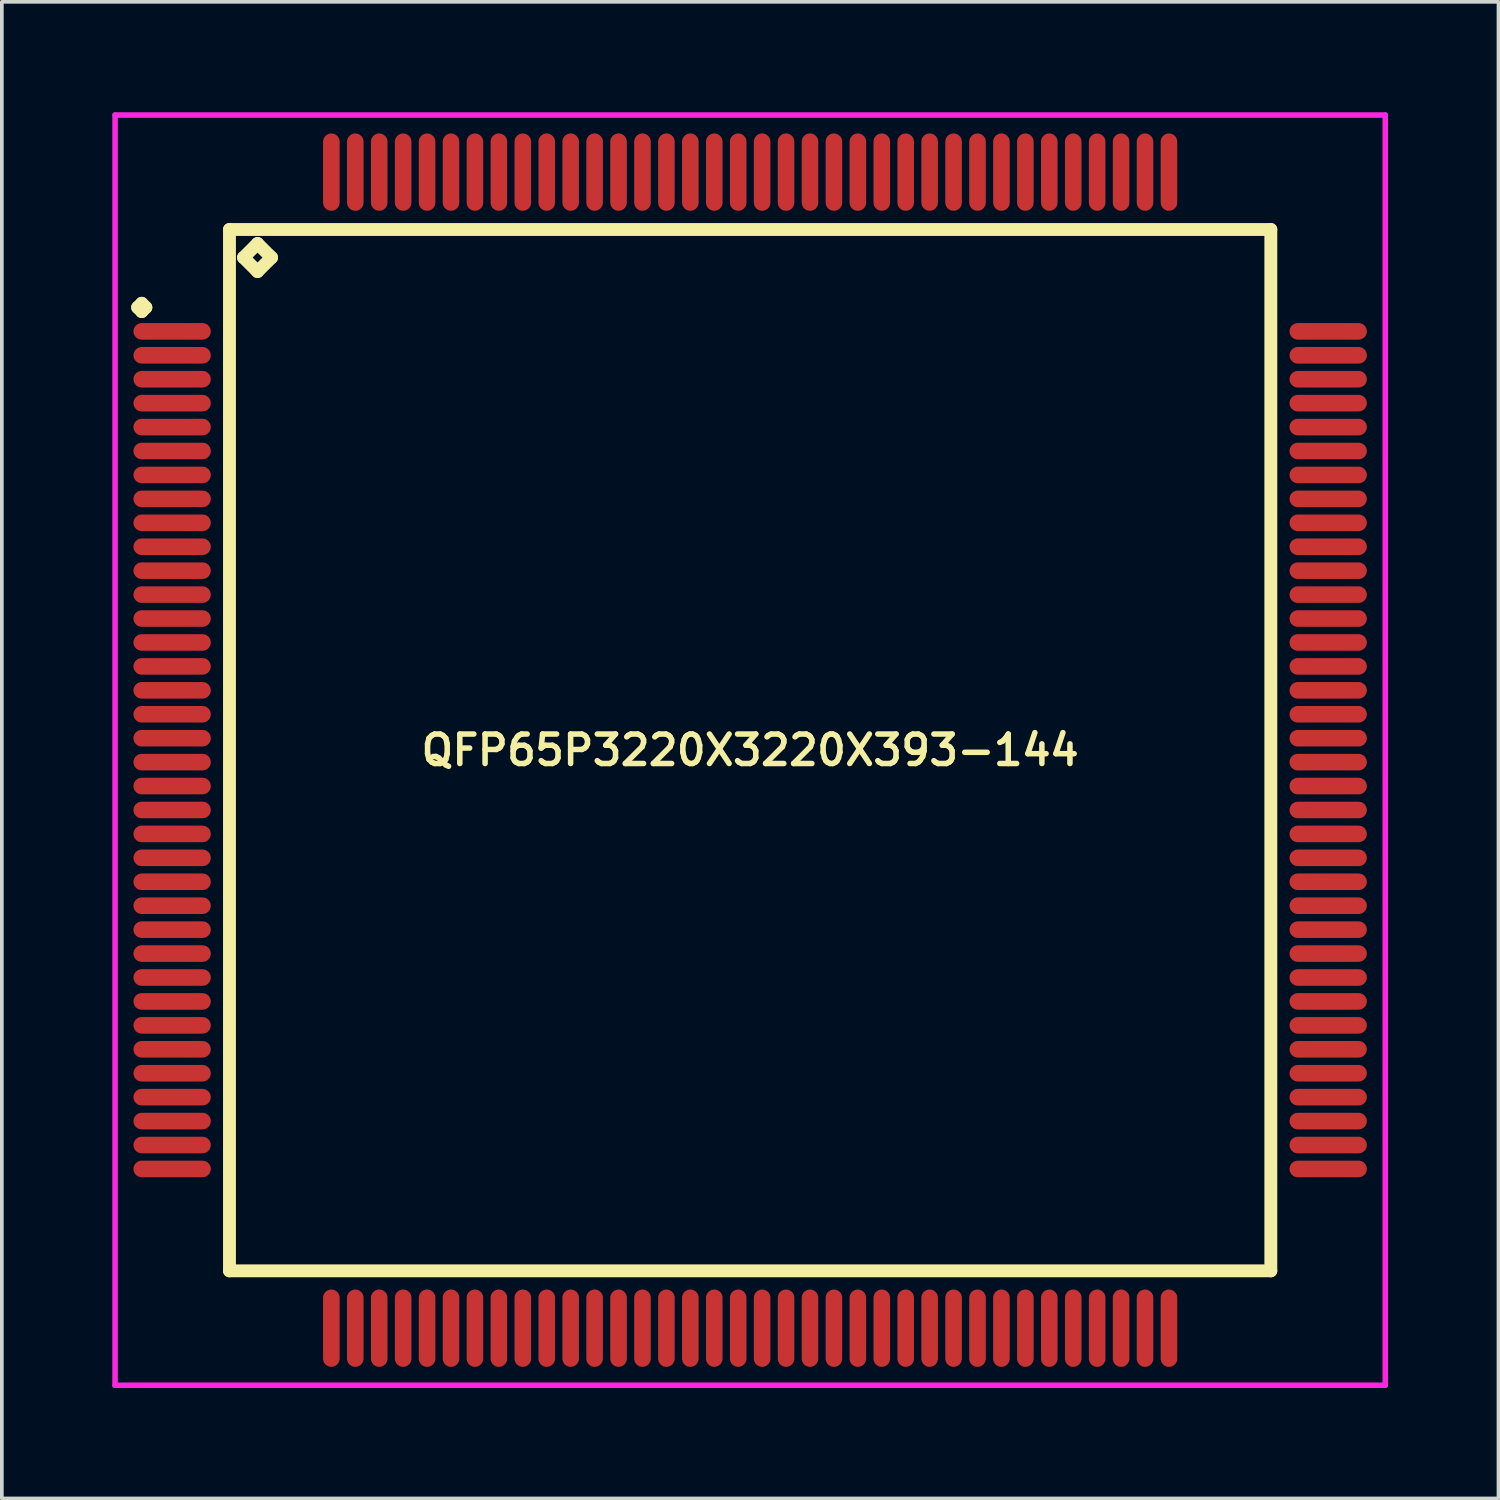
<source format=kicad_pcb>
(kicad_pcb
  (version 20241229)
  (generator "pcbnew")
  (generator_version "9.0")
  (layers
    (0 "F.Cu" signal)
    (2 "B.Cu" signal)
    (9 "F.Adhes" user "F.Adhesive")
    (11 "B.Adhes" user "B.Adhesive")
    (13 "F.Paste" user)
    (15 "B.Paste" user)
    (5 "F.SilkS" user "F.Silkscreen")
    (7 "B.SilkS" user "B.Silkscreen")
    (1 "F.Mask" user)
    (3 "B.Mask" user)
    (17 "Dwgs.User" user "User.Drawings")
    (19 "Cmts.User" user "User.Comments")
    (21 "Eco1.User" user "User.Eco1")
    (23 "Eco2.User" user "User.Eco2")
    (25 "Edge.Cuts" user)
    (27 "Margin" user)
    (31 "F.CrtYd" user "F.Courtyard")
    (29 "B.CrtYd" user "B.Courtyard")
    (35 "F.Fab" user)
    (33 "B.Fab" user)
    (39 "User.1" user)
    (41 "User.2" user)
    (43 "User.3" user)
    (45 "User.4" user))
  (footprint "QFP65P3220X3220X393-144"
    (layer "F.Cu")
    (at 17.325 17.325)
    (property "Reference" "QFP65P3220X3220X393-144" (at 0 0 0) (layer "F.SilkS") (effects (font (size 0.8 0.8) (thickness 0.15))))
    (attr smd)
    (fp_line (start -16.637 -12.025) (end -16.525 -12.137) (stroke (width 0.35) (type solid)) (layer "F.SilkS"))
    (fp_line (start -16.525 -12.137) (end -16.413 -12.025) (stroke (width 0.35) (type solid)) (layer "F.SilkS"))
    (fp_line (start -16.525 -11.912) (end -16.637 -12.025) (stroke (width 0.35) (type solid)) (layer "F.SilkS"))
    (fp_line (start -16.413 -12.025) (end -16.525 -11.912) (stroke (width 0.35) (type solid)) (layer "F.SilkS"))
    (fp_line (start -14.142 -14.142) (end -14.142 14.142) (stroke (width 0.35) (type solid)) (layer "F.SilkS"))
    (fp_line (start -14.142 14.142) (end 14.142 14.142) (stroke (width 0.35) (type solid)) (layer "F.SilkS"))
    (fp_line (start -13.761 -13.38) (end -13.38 -13.761) (stroke (width 0.35) (type solid)) (layer "F.SilkS"))
    (fp_line (start -13.38 -13.761) (end -12.999 -13.38) (stroke (width 0.35) (type solid)) (layer "F.SilkS"))
    (fp_line (start -13.38 -12.999) (end -13.761 -13.38) (stroke (width 0.35) (type solid)) (layer "F.SilkS"))
    (fp_line (start -12.999 -13.38) (end -13.38 -12.999) (stroke (width 0.35) (type solid)) (layer "F.SilkS"))
    (fp_line (start 14.142 -14.142) (end -14.142 -14.142) (stroke (width 0.35) (type solid)) (layer "F.SilkS"))
    (fp_line (start 14.142 14.142) (end 14.142 -14.142) (stroke (width 0.35) (type solid)) (layer "F.SilkS"))
    (fp_line (start -17.25 -17.25) (end 17.25 -17.25) (stroke (width 0.15) (type solid)) (layer "F.CrtYd"))
    (fp_line (start -17.25 17.25) (end -17.25 -17.25) (stroke (width 0.15) (type solid)) (layer "F.CrtYd"))
    (fp_line (start 17.25 -17.25) (end 17.25 17.25) (stroke (width 0.15) (type solid)) (layer "F.CrtYd"))
    (fp_line (start 17.25 17.25) (end -17.25 17.25) (stroke (width 0.15) (type solid)) (layer "F.CrtYd"))
    (pad "1" smd oval (at -15.7 -11.375) (size 2.1 0.45) (layers "F.Cu" "F.Mask" "F.Paste"))
    (pad "2" smd oval (at -15.7 -10.725) (size 2.1 0.45) (layers "F.Cu" "F.Mask" "F.Paste"))
    (pad "3" smd oval (at -15.7 -10.075) (size 2.1 0.45) (layers "F.Cu" "F.Mask" "F.Paste"))
    (pad "4" smd oval (at -15.7 -9.425) (size 2.1 0.45) (layers "F.Cu" "F.Mask" "F.Paste"))
    (pad "5" smd oval (at -15.7 -8.775) (size 2.1 0.45) (layers "F.Cu" "F.Mask" "F.Paste"))
    (pad "6" smd oval (at -15.7 -8.125) (size 2.1 0.45) (layers "F.Cu" "F.Mask" "F.Paste"))
    (pad "7" smd oval (at -15.7 -7.475) (size 2.1 0.45) (layers "F.Cu" "F.Mask" "F.Paste"))
    (pad "8" smd oval (at -15.7 -6.825) (size 2.1 0.45) (layers "F.Cu" "F.Mask" "F.Paste"))
    (pad "9" smd oval (at -15.7 -6.175) (size 2.1 0.45) (layers "F.Cu" "F.Mask" "F.Paste"))
    (pad "10" smd oval (at -15.7 -5.525) (size 2.1 0.45) (layers "F.Cu" "F.Mask" "F.Paste"))
    (pad "11" smd oval (at -15.7 -4.875) (size 2.1 0.45) (layers "F.Cu" "F.Mask" "F.Paste"))
    (pad "12" smd oval (at -15.7 -4.225) (size 2.1 0.45) (layers "F.Cu" "F.Mask" "F.Paste"))
    (pad "13" smd oval (at -15.7 -3.575) (size 2.1 0.45) (layers "F.Cu" "F.Mask" "F.Paste"))
    (pad "14" smd oval (at -15.7 -2.925) (size 2.1 0.45) (layers "F.Cu" "F.Mask" "F.Paste"))
    (pad "15" smd oval (at -15.7 -2.275) (size 2.1 0.45) (layers "F.Cu" "F.Mask" "F.Paste"))
    (pad "16" smd oval (at -15.7 -1.625) (size 2.1 0.45) (layers "F.Cu" "F.Mask" "F.Paste"))
    (pad "17" smd oval (at -15.7 -0.975) (size 2.1 0.45) (layers "F.Cu" "F.Mask" "F.Paste"))
    (pad "18" smd oval (at -15.7 -0.325) (size 2.1 0.45) (layers "F.Cu" "F.Mask" "F.Paste"))
    (pad "19" smd oval (at -15.7 0.325) (size 2.1 0.45) (layers "F.Cu" "F.Mask" "F.Paste"))
    (pad "20" smd oval (at -15.7 0.975) (size 2.1 0.45) (layers "F.Cu" "F.Mask" "F.Paste"))
    (pad "21" smd oval (at -15.7 1.625) (size 2.1 0.45) (layers "F.Cu" "F.Mask" "F.Paste"))
    (pad "22" smd oval (at -15.7 2.275) (size 2.1 0.45) (layers "F.Cu" "F.Mask" "F.Paste"))
    (pad "23" smd oval (at -15.7 2.925) (size 2.1 0.45) (layers "F.Cu" "F.Mask" "F.Paste"))
    (pad "24" smd oval (at -15.7 3.575) (size 2.1 0.45) (layers "F.Cu" "F.Mask" "F.Paste"))
    (pad "25" smd oval (at -15.7 4.225) (size 2.1 0.45) (layers "F.Cu" "F.Mask" "F.Paste"))
    (pad "26" smd oval (at -15.7 4.875) (size 2.1 0.45) (layers "F.Cu" "F.Mask" "F.Paste"))
    (pad "27" smd oval (at -15.7 5.525) (size 2.1 0.45) (layers "F.Cu" "F.Mask" "F.Paste"))
    (pad "28" smd oval (at -15.7 6.175) (size 2.1 0.45) (layers "F.Cu" "F.Mask" "F.Paste"))
    (pad "29" smd oval (at -15.7 6.825) (size 2.1 0.45) (layers "F.Cu" "F.Mask" "F.Paste"))
    (pad "30" smd oval (at -15.7 7.475) (size 2.1 0.45) (layers "F.Cu" "F.Mask" "F.Paste"))
    (pad "31" smd oval (at -15.7 8.125) (size 2.1 0.45) (layers "F.Cu" "F.Mask" "F.Paste"))
    (pad "32" smd oval (at -15.7 8.775) (size 2.1 0.45) (layers "F.Cu" "F.Mask" "F.Paste"))
    (pad "33" smd oval (at -15.7 9.425) (size 2.1 0.45) (layers "F.Cu" "F.Mask" "F.Paste"))
    (pad "34" smd oval (at -15.7 10.075) (size 2.1 0.45) (layers "F.Cu" "F.Mask" "F.Paste"))
    (pad "35" smd oval (at -15.7 10.725) (size 2.1 0.45) (layers "F.Cu" "F.Mask" "F.Paste"))
    (pad "36" smd oval (at -15.7 11.375) (size 2.1 0.45) (layers "F.Cu" "F.Mask" "F.Paste"))
    (pad "37" smd oval (at -11.375 15.7) (size 0.45 2.1) (layers "F.Cu" "F.Mask" "F.Paste"))
    (pad "38" smd oval (at -10.725 15.7) (size 0.45 2.1) (layers "F.Cu" "F.Mask" "F.Paste"))
    (pad "39" smd oval (at -10.075 15.7) (size 0.45 2.1) (layers "F.Cu" "F.Mask" "F.Paste"))
    (pad "40" smd oval (at -9.425 15.7) (size 0.45 2.1) (layers "F.Cu" "F.Mask" "F.Paste"))
    (pad "41" smd oval (at -8.775 15.7) (size 0.45 2.1) (layers "F.Cu" "F.Mask" "F.Paste"))
    (pad "42" smd oval (at -8.125 15.7) (size 0.45 2.1) (layers "F.Cu" "F.Mask" "F.Paste"))
    (pad "43" smd oval (at -7.475 15.7) (size 0.45 2.1) (layers "F.Cu" "F.Mask" "F.Paste"))
    (pad "44" smd oval (at -6.825 15.7) (size 0.45 2.1) (layers "F.Cu" "F.Mask" "F.Paste"))
    (pad "45" smd oval (at -6.175 15.7) (size 0.45 2.1) (layers "F.Cu" "F.Mask" "F.Paste"))
    (pad "46" smd oval (at -5.525 15.7) (size 0.45 2.1) (layers "F.Cu" "F.Mask" "F.Paste"))
    (pad "47" smd oval (at -4.875 15.7) (size 0.45 2.1) (layers "F.Cu" "F.Mask" "F.Paste"))
    (pad "48" smd oval (at -4.225 15.7) (size 0.45 2.1) (layers "F.Cu" "F.Mask" "F.Paste"))
    (pad "49" smd oval (at -3.575 15.7) (size 0.45 2.1) (layers "F.Cu" "F.Mask" "F.Paste"))
    (pad "50" smd oval (at -2.925 15.7) (size 0.45 2.1) (layers "F.Cu" "F.Mask" "F.Paste"))
    (pad "51" smd oval (at -2.275 15.7) (size 0.45 2.1) (layers "F.Cu" "F.Mask" "F.Paste"))
    (pad "52" smd oval (at -1.625 15.7) (size 0.45 2.1) (layers "F.Cu" "F.Mask" "F.Paste"))
    (pad "53" smd oval (at -0.975 15.7) (size 0.45 2.1) (layers "F.Cu" "F.Mask" "F.Paste"))
    (pad "54" smd oval (at -0.325 15.7) (size 0.45 2.1) (layers "F.Cu" "F.Mask" "F.Paste"))
    (pad "55" smd oval (at 0.325 15.7) (size 0.45 2.1) (layers "F.Cu" "F.Mask" "F.Paste"))
    (pad "56" smd oval (at 0.975 15.7) (size 0.45 2.1) (layers "F.Cu" "F.Mask" "F.Paste"))
    (pad "57" smd oval (at 1.625 15.7) (size 0.45 2.1) (layers "F.Cu" "F.Mask" "F.Paste"))
    (pad "58" smd oval (at 2.275 15.7) (size 0.45 2.1) (layers "F.Cu" "F.Mask" "F.Paste"))
    (pad "59" smd oval (at 2.925 15.7) (size 0.45 2.1) (layers "F.Cu" "F.Mask" "F.Paste"))
    (pad "60" smd oval (at 3.575 15.7) (size 0.45 2.1) (layers "F.Cu" "F.Mask" "F.Paste"))
    (pad "61" smd oval (at 4.225 15.7) (size 0.45 2.1) (layers "F.Cu" "F.Mask" "F.Paste"))
    (pad "62" smd oval (at 4.875 15.7) (size 0.45 2.1) (layers "F.Cu" "F.Mask" "F.Paste"))
    (pad "63" smd oval (at 5.525 15.7) (size 0.45 2.1) (layers "F.Cu" "F.Mask" "F.Paste"))
    (pad "64" smd oval (at 6.175 15.7) (size 0.45 2.1) (layers "F.Cu" "F.Mask" "F.Paste"))
    (pad "65" smd oval (at 6.825 15.7) (size 0.45 2.1) (layers "F.Cu" "F.Mask" "F.Paste"))
    (pad "66" smd oval (at 7.475 15.7) (size 0.45 2.1) (layers "F.Cu" "F.Mask" "F.Paste"))
    (pad "67" smd oval (at 8.125 15.7) (size 0.45 2.1) (layers "F.Cu" "F.Mask" "F.Paste"))
    (pad "68" smd oval (at 8.775 15.7) (size 0.45 2.1) (layers "F.Cu" "F.Mask" "F.Paste"))
    (pad "69" smd oval (at 9.425 15.7) (size 0.45 2.1) (layers "F.Cu" "F.Mask" "F.Paste"))
    (pad "70" smd oval (at 10.075 15.7) (size 0.45 2.1) (layers "F.Cu" "F.Mask" "F.Paste"))
    (pad "71" smd oval (at 10.725 15.7) (size 0.45 2.1) (layers "F.Cu" "F.Mask" "F.Paste"))
    (pad "72" smd oval (at 11.375 15.7) (size 0.45 2.1) (layers "F.Cu" "F.Mask" "F.Paste"))
    (pad "73" smd oval (at 15.7 11.375) (size 2.1 0.45) (layers "F.Cu" "F.Mask" "F.Paste"))
    (pad "74" smd oval (at 15.7 10.725) (size 2.1 0.45) (layers "F.Cu" "F.Mask" "F.Paste"))
    (pad "75" smd oval (at 15.7 10.075) (size 2.1 0.45) (layers "F.Cu" "F.Mask" "F.Paste"))
    (pad "76" smd oval (at 15.7 9.425) (size 2.1 0.45) (layers "F.Cu" "F.Mask" "F.Paste"))
    (pad "77" smd oval (at 15.7 8.775) (size 2.1 0.45) (layers "F.Cu" "F.Mask" "F.Paste"))
    (pad "78" smd oval (at 15.7 8.125) (size 2.1 0.45) (layers "F.Cu" "F.Mask" "F.Paste"))
    (pad "79" smd oval (at 15.7 7.475) (size 2.1 0.45) (layers "F.Cu" "F.Mask" "F.Paste"))
    (pad "80" smd oval (at 15.7 6.825) (size 2.1 0.45) (layers "F.Cu" "F.Mask" "F.Paste"))
    (pad "81" smd oval (at 15.7 6.175) (size 2.1 0.45) (layers "F.Cu" "F.Mask" "F.Paste"))
    (pad "82" smd oval (at 15.7 5.525) (size 2.1 0.45) (layers "F.Cu" "F.Mask" "F.Paste"))
    (pad "83" smd oval (at 15.7 4.875) (size 2.1 0.45) (layers "F.Cu" "F.Mask" "F.Paste"))
    (pad "84" smd oval (at 15.7 4.225) (size 2.1 0.45) (layers "F.Cu" "F.Mask" "F.Paste"))
    (pad "85" smd oval (at 15.7 3.575) (size 2.1 0.45) (layers "F.Cu" "F.Mask" "F.Paste"))
    (pad "86" smd oval (at 15.7 2.925) (size 2.1 0.45) (layers "F.Cu" "F.Mask" "F.Paste"))
    (pad "87" smd oval (at 15.7 2.275) (size 2.1 0.45) (layers "F.Cu" "F.Mask" "F.Paste"))
    (pad "88" smd oval (at 15.7 1.625) (size 2.1 0.45) (layers "F.Cu" "F.Mask" "F.Paste"))
    (pad "89" smd oval (at 15.7 0.975) (size 2.1 0.45) (layers "F.Cu" "F.Mask" "F.Paste"))
    (pad "90" smd oval (at 15.7 0.325) (size 2.1 0.45) (layers "F.Cu" "F.Mask" "F.Paste"))
    (pad "91" smd oval (at 15.7 -0.325) (size 2.1 0.45) (layers "F.Cu" "F.Mask" "F.Paste"))
    (pad "92" smd oval (at 15.7 -0.975) (size 2.1 0.45) (layers "F.Cu" "F.Mask" "F.Paste"))
    (pad "93" smd oval (at 15.7 -1.625) (size 2.1 0.45) (layers "F.Cu" "F.Mask" "F.Paste"))
    (pad "94" smd oval (at 15.7 -2.275) (size 2.1 0.45) (layers "F.Cu" "F.Mask" "F.Paste"))
    (pad "95" smd oval (at 15.7 -2.925) (size 2.1 0.45) (layers "F.Cu" "F.Mask" "F.Paste"))
    (pad "96" smd oval (at 15.7 -3.575) (size 2.1 0.45) (layers "F.Cu" "F.Mask" "F.Paste"))
    (pad "97" smd oval (at 15.7 -4.225) (size 2.1 0.45) (layers "F.Cu" "F.Mask" "F.Paste"))
    (pad "98" smd oval (at 15.7 -4.875) (size 2.1 0.45) (layers "F.Cu" "F.Mask" "F.Paste"))
    (pad "99" smd oval (at 15.7 -5.525) (size 2.1 0.45) (layers "F.Cu" "F.Mask" "F.Paste"))
    (pad "100" smd oval (at 15.7 -6.175) (size 2.1 0.45) (layers "F.Cu" "F.Mask" "F.Paste"))
    (pad "101" smd oval (at 15.7 -6.825) (size 2.1 0.45) (layers "F.Cu" "F.Mask" "F.Paste"))
    (pad "102" smd oval (at 15.7 -7.475) (size 2.1 0.45) (layers "F.Cu" "F.Mask" "F.Paste"))
    (pad "103" smd oval (at 15.7 -8.125) (size 2.1 0.45) (layers "F.Cu" "F.Mask" "F.Paste"))
    (pad "104" smd oval (at 15.7 -8.775) (size 2.1 0.45) (layers "F.Cu" "F.Mask" "F.Paste"))
    (pad "105" smd oval (at 15.7 -9.425) (size 2.1 0.45) (layers "F.Cu" "F.Mask" "F.Paste"))
    (pad "106" smd oval (at 15.7 -10.075) (size 2.1 0.45) (layers "F.Cu" "F.Mask" "F.Paste"))
    (pad "107" smd oval (at 15.7 -10.725) (size 2.1 0.45) (layers "F.Cu" "F.Mask" "F.Paste"))
    (pad "108" smd oval (at 15.7 -11.375) (size 2.1 0.45) (layers "F.Cu" "F.Mask" "F.Paste"))
    (pad "109" smd oval (at 11.375 -15.7) (size 0.45 2.1) (layers "F.Cu" "F.Mask" "F.Paste"))
    (pad "110" smd oval (at 10.725 -15.7) (size 0.45 2.1) (layers "F.Cu" "F.Mask" "F.Paste"))
    (pad "111" smd oval (at 10.075 -15.7) (size 0.45 2.1) (layers "F.Cu" "F.Mask" "F.Paste"))
    (pad "112" smd oval (at 9.425 -15.7) (size 0.45 2.1) (layers "F.Cu" "F.Mask" "F.Paste"))
    (pad "113" smd oval (at 8.775 -15.7) (size 0.45 2.1) (layers "F.Cu" "F.Mask" "F.Paste"))
    (pad "114" smd oval (at 8.125 -15.7) (size 0.45 2.1) (layers "F.Cu" "F.Mask" "F.Paste"))
    (pad "115" smd oval (at 7.475 -15.7) (size 0.45 2.1) (layers "F.Cu" "F.Mask" "F.Paste"))
    (pad "116" smd oval (at 6.825 -15.7) (size 0.45 2.1) (layers "F.Cu" "F.Mask" "F.Paste"))
    (pad "117" smd oval (at 6.175 -15.7) (size 0.45 2.1) (layers "F.Cu" "F.Mask" "F.Paste"))
    (pad "118" smd oval (at 5.525 -15.7) (size 0.45 2.1) (layers "F.Cu" "F.Mask" "F.Paste"))
    (pad "119" smd oval (at 4.875 -15.7) (size 0.45 2.1) (layers "F.Cu" "F.Mask" "F.Paste"))
    (pad "120" smd oval (at 4.225 -15.7) (size 0.45 2.1) (layers "F.Cu" "F.Mask" "F.Paste"))
    (pad "121" smd oval (at 3.575 -15.7) (size 0.45 2.1) (layers "F.Cu" "F.Mask" "F.Paste"))
    (pad "122" smd oval (at 2.925 -15.7) (size 0.45 2.1) (layers "F.Cu" "F.Mask" "F.Paste"))
    (pad "123" smd oval (at 2.275 -15.7) (size 0.45 2.1) (layers "F.Cu" "F.Mask" "F.Paste"))
    (pad "124" smd oval (at 1.625 -15.7) (size 0.45 2.1) (layers "F.Cu" "F.Mask" "F.Paste"))
    (pad "125" smd oval (at 0.975 -15.7) (size 0.45 2.1) (layers "F.Cu" "F.Mask" "F.Paste"))
    (pad "126" smd oval (at 0.325 -15.7) (size 0.45 2.1) (layers "F.Cu" "F.Mask" "F.Paste"))
    (pad "127" smd oval (at -0.325 -15.7) (size 0.45 2.1) (layers "F.Cu" "F.Mask" "F.Paste"))
    (pad "128" smd oval (at -0.975 -15.7) (size 0.45 2.1) (layers "F.Cu" "F.Mask" "F.Paste"))
    (pad "129" smd oval (at -1.625 -15.7) (size 0.45 2.1) (layers "F.Cu" "F.Mask" "F.Paste"))
    (pad "130" smd oval (at -2.275 -15.7) (size 0.45 2.1) (layers "F.Cu" "F.Mask" "F.Paste"))
    (pad "131" smd oval (at -2.925 -15.7) (size 0.45 2.1) (layers "F.Cu" "F.Mask" "F.Paste"))
    (pad "132" smd oval (at -3.575 -15.7) (size 0.45 2.1) (layers "F.Cu" "F.Mask" "F.Paste"))
    (pad "133" smd oval (at -4.225 -15.7) (size 0.45 2.1) (layers "F.Cu" "F.Mask" "F.Paste"))
    (pad "134" smd oval (at -4.875 -15.7) (size 0.45 2.1) (layers "F.Cu" "F.Mask" "F.Paste"))
    (pad "135" smd oval (at -5.525 -15.7) (size 0.45 2.1) (layers "F.Cu" "F.Mask" "F.Paste"))
    (pad "136" smd oval (at -6.175 -15.7) (size 0.45 2.1) (layers "F.Cu" "F.Mask" "F.Paste"))
    (pad "137" smd oval (at -6.825 -15.7) (size 0.45 2.1) (layers "F.Cu" "F.Mask" "F.Paste"))
    (pad "138" smd oval (at -7.475 -15.7) (size 0.45 2.1) (layers "F.Cu" "F.Mask" "F.Paste"))
    (pad "139" smd oval (at -8.125 -15.7) (size 0.45 2.1) (layers "F.Cu" "F.Mask" "F.Paste"))
    (pad "140" smd oval (at -8.775 -15.7) (size 0.45 2.1) (layers "F.Cu" "F.Mask" "F.Paste"))
    (pad "141" smd oval (at -9.425 -15.7) (size 0.45 2.1) (layers "F.Cu" "F.Mask" "F.Paste"))
    (pad "142" smd oval (at -10.075 -15.7) (size 0.45 2.1) (layers "F.Cu" "F.Mask" "F.Paste"))
    (pad "143" smd oval (at -10.725 -15.7) (size 0.45 2.1) (layers "F.Cu" "F.Mask" "F.Paste"))
    (pad "144" smd oval (at -11.375 -15.7) (size 0.45 2.1) (layers "F.Cu" "F.Mask" "F.Paste")))
  (gr_rect
    (start -3 -3)
    (end 37.65 37.65)
    (stroke (width 0.1) (type default))
    (fill no)
    (layer "Edge.Cuts")))
</source>
